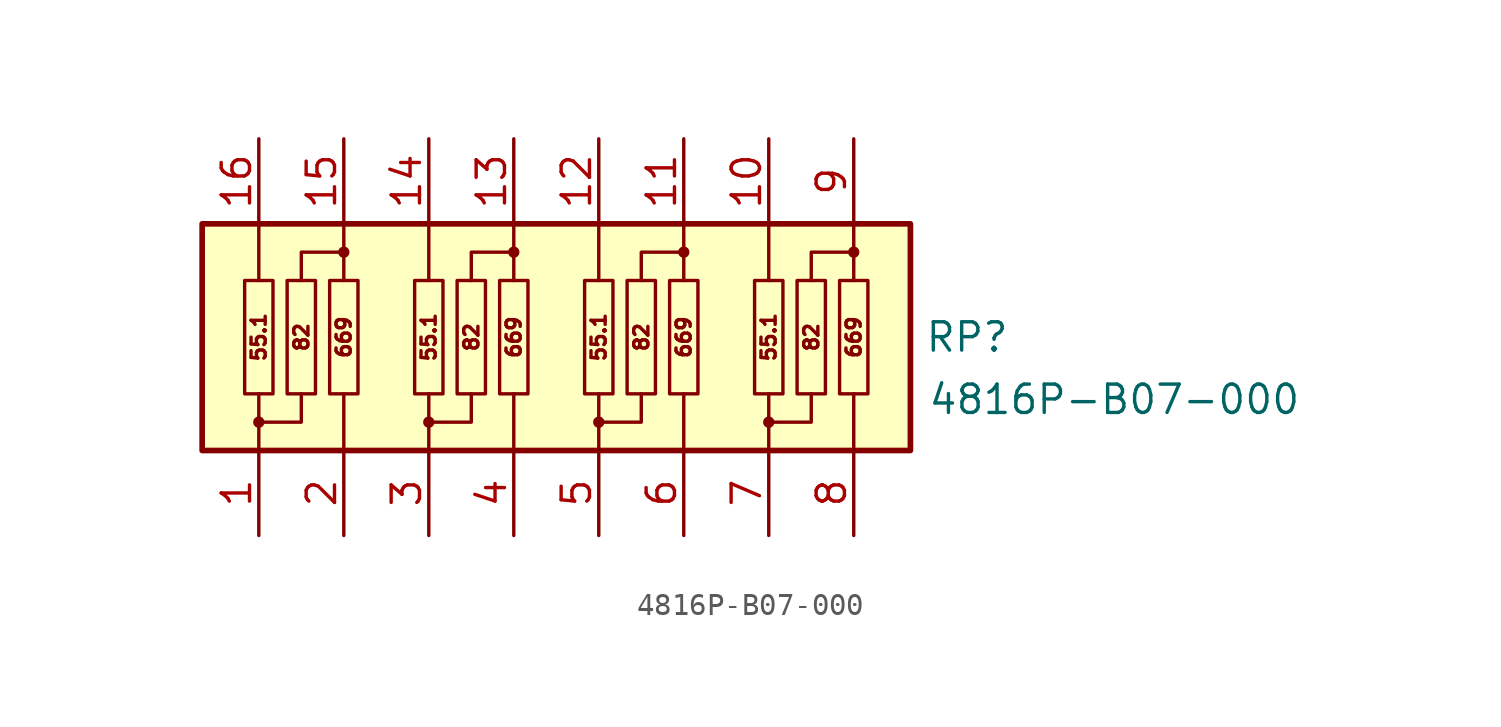
<source format=kicad_sym>
(kicad_symbol_lib
  (version 20231120)
  (generator "kicad_symbol_editor")
  (generator_version "8.0")
  (symbol "4816P-B07-000"
    (property "Reference" "RP"
      (at 19.05 0 0)
      (effects (font (size 1.27 1.27))))
    (property "Value" "4816P-B07-000"
      (at 25.654 -2.794 0)
      (effects (font (size 1.27 1.27))))
    (symbol "4816P-B07-000_0_1"
      (rectangle (start -13.335 2.54) (end -12.065 -2.54) (stroke (width 0) (type default)) (fill (type none)))
      (rectangle (start -11.43 2.54) (end -10.16 -2.54) (stroke (width 0) (type default)) (fill (type none)))
      (rectangle (start -9.525 2.54) (end -8.255 -2.54) (stroke (width 0) (type default)) (fill (type none)))
      (rectangle (start -5.715 2.54) (end -4.445 -2.54) (stroke (width 0) (type default)) (fill (type none)))
      (rectangle (start -3.81 2.54) (end -2.54 -2.54) (stroke (width 0) (type default)) (fill (type none)))
      (rectangle (start -1.905 2.54) (end -0.635 -2.54) (stroke (width 0) (type default)) (fill (type none)))
      (rectangle (start 1.905 2.54) (end 3.175 -2.54) (stroke (width 0) (type default)) (fill (type none)))
      (rectangle (start 3.81 2.54) (end 5.08 -2.54) (stroke (width 0) (type default)) (fill (type none)))
      (rectangle (start 5.715 2.54) (end 6.985 -2.54) (stroke (width 0) (type default)) (fill (type none)))
      (rectangle (start 9.525 2.54) (end 10.795 -2.54) (stroke (width 0) (type default)) (fill (type none)))
      (rectangle (start 11.43 2.54) (end 12.7 -2.54) (stroke (width 0) (type default)) (fill (type none)))
      (rectangle (start 13.335 2.54) (end 14.605 -2.54) (stroke (width 0) (type default)) (fill (type none))))
    (symbol "4816P-B07-000_1_1"
      (rectangle (start -15.24 5.08) (end 16.51 -5.08) (stroke (width 0.254) (type default)) (fill (type background)))
      (circle (center -12.7 -3.81) (radius 0.254) (stroke (width -0.0001) (type default)) (fill (type outline)))
      (circle (center -8.89 3.81) (radius 0.254) (stroke (width -0.0001) (type default)) (fill (type outline)))
      (circle (center -5.08 -3.81) (radius 0.254) (stroke (width -0.0001) (type default)) (fill (type outline)))
      (circle (center -1.27 3.81) (radius 0.254) (stroke (width -0.0001) (type default)) (fill (type outline)))
      (polyline (pts (xy -12.7 -5.08) (xy -12.7 -2.54)) (stroke (width 0) (type default)) (fill (type none)))
      (polyline (pts (xy -12.7 2.54) (xy -12.7 5.08)) (stroke (width 0) (type default)) (fill (type none)))
      (polyline (pts (xy -8.89 -5.08) (xy -8.89 -2.54)) (stroke (width 0) (type default)) (fill (type none)))
      (polyline (pts (xy -8.89 2.54) (xy -8.89 5.08)) (stroke (width 0) (type default)) (fill (type none)))
      (polyline (pts (xy -5.08 -5.08) (xy -5.08 -2.54)) (stroke (width 0) (type default)) (fill (type none)))
      (polyline (pts (xy -5.08 2.54) (xy -5.08 5.08)) (stroke (width 0) (type default)) (fill (type none)))
      (polyline (pts (xy -1.27 -5.08) (xy -1.27 -2.54)) (stroke (width 0) (type default)) (fill (type none)))
      (polyline (pts (xy -1.27 2.54) (xy -1.27 5.08)) (stroke (width 0) (type default)) (fill (type none)))
      (polyline (pts (xy 2.54 -5.08) (xy 2.54 -2.54)) (stroke (width 0) (type default)) (fill (type none)))
      (polyline (pts (xy 2.54 2.54) (xy 2.54 5.08)) (stroke (width 0) (type default)) (fill (type none)))
      (polyline (pts (xy 6.35 -5.08) (xy 6.35 -2.54)) (stroke (width 0) (type default)) (fill (type none)))
      (polyline (pts (xy 6.35 2.54) (xy 6.35 5.08)) (stroke (width 0) (type default)) (fill (type none)))
      (polyline (pts (xy 10.16 -5.08) (xy 10.16 -2.54)) (stroke (width 0) (type default)) (fill (type none)))
      (polyline (pts (xy 10.16 2.54) (xy 10.16 5.08)) (stroke (width 0) (type default)) (fill (type none)))
      (polyline (pts (xy 13.97 -5.08) (xy 13.97 -2.54)) (stroke (width 0) (type default)) (fill (type none)))
      (polyline (pts (xy 13.97 2.54) (xy 13.97 5.08)) (stroke (width 0) (type default)) (fill (type none)))
      (polyline (pts (xy -12.7 -3.81) (xy -10.795 -3.81) (xy -10.795 -2.54)) (stroke (width 0) (type default)) (fill (type none)))
      (polyline (pts (xy -8.89 3.81) (xy -10.795 3.81) (xy -10.795 2.54)) (stroke (width 0) (type default)) (fill (type none)))
      (polyline (pts (xy -5.08 -3.81) (xy -3.175 -3.81) (xy -3.175 -2.54)) (stroke (width 0) (type default)) (fill (type none)))
      (polyline (pts (xy -1.27 3.81) (xy -3.175 3.81) (xy -3.175 2.54)) (stroke (width 0) (type default)) (fill (type none)))
      (polyline (pts (xy 2.54 -3.81) (xy 4.445 -3.81) (xy 4.445 -2.54)) (stroke (width 0) (type default)) (fill (type none)))
      (polyline (pts (xy 6.35 3.81) (xy 4.445 3.81) (xy 4.445 2.54)) (stroke (width 0) (type default)) (fill (type none)))
      (polyline (pts (xy 10.16 -3.81) (xy 12.065 -3.81) (xy 12.065 -2.54)) (stroke (width 0) (type default)) (fill (type none)))
      (polyline (pts (xy 13.97 3.81) (xy 12.065 3.81) (xy 12.065 2.54)) (stroke (width 0) (type default)) (fill (type none)))
      (circle (center 2.54 -3.81) (radius 0.254) (stroke (width -0.0001) (type default)) (fill (type outline)))
      (circle (center 6.35 3.81) (radius 0.254) (stroke (width -0.0001) (type default)) (fill (type outline)))
      (circle (center 10.16 -3.81) (radius 0.254) (stroke (width -0.0001) (type default)) (fill (type outline)))
      (circle (center 13.97 3.81) (radius 0.254) (stroke (width -0.0001) (type default)) (fill (type outline)))
      (text "55.1" (at -12.7 0 900) (effects (font (size 0.635 0.635))))
      (text "55.1" (at -5.08 0 900) (effects (font (size 0.635 0.635))))
      (text "55.1" (at 2.54 0 900) (effects (font (size 0.635 0.635))))
      (text "55.1" (at 10.16 0 900) (effects (font (size 0.635 0.635))))
      (text "669" (at -8.89 0 900) (effects (font (size 0.635 0.635))))
      (text "669" (at -1.27 0 900) (effects (font (size 0.635 0.635))))
      (text "669" (at 6.35 0 900) (effects (font (size 0.635 0.635))))
      (text "669" (at 13.97 0 900) (effects (font (size 0.635 0.635))))
      (text "82" (at -10.414 0 900) (effects (font (size 0.635 0.635)) (justify bottom)))
      (text "82" (at -2.794 0 900) (effects (font (size 0.635 0.635)) (justify bottom)))
      (text "82" (at 4.826 0 900) (effects (font (size 0.635 0.635)) (justify bottom)))
      (text "82" (at 12.446 0 900) (effects (font (size 0.635 0.635)) (justify bottom)))
      (pin passive line (at -12.7 -8.89 90) (length 3.81) (name "" (effects (font (size 1.27 1.27)))) (number "1" (effects (font (size 1.27 1.27)))))
      (pin passive line (at 10.16 8.89 270) (length 3.81) (name "" (effects (font (size 1.27 1.27)))) (number "10" (effects (font (size 1.27 1.27)))))
      (pin passive line (at 6.35 8.89 270) (length 3.81) (name "" (effects (font (size 1.27 1.27)))) (number "11" (effects (font (size 1.27 1.27)))))
      (pin passive line (at 2.54 8.89 270) (length 3.81) (name "" (effects (font (size 1.27 1.27)))) (number "12" (effects (font (size 1.27 1.27)))))
      (pin passive line (at -1.27 8.89 270) (length 3.81) (name "" (effects (font (size 1.27 1.27)))) (number "13" (effects (font (size 1.27 1.27)))))
      (pin passive line (at -5.08 8.89 270) (length 3.81) (name "" (effects (font (size 1.27 1.27)))) (number "14" (effects (font (size 1.27 1.27)))))
      (pin passive line (at -8.89 8.89 270) (length 3.81) (name "" (effects (font (size 1.27 1.27)))) (number "15" (effects (font (size 1.27 1.27)))))
      (pin passive line (at -12.7 8.89 270) (length 3.81) (name "" (effects (font (size 1.27 1.27)))) (number "16" (effects (font (size 1.27 1.27)))))
      (pin passive line (at -8.89 -8.89 90) (length 3.81) (name "" (effects (font (size 1.27 1.27)))) (number "2" (effects (font (size 1.27 1.27)))))
      (pin passive line (at -5.08 -8.89 90) (length 3.81) (name "" (effects (font (size 1.27 1.27)))) (number "3" (effects (font (size 1.27 1.27)))))
      (pin passive line (at -1.27 -8.89 90) (length 3.81) (name "" (effects (font (size 1.27 1.27)))) (number "4" (effects (font (size 1.27 1.27)))))
      (pin passive line (at 2.54 -8.89 90) (length 3.81) (name "" (effects (font (size 1.27 1.27)))) (number "5" (effects (font (size 1.27 1.27)))))
      (pin passive line (at 6.35 -8.89 90) (length 3.81) (name "" (effects (font (size 1.27 1.27)))) (number "6" (effects (font (size 1.27 1.27)))))
      (pin passive line (at 10.16 -8.89 90) (length 3.81) (name "" (effects (font (size 1.27 1.27)))) (number "7" (effects (font (size 1.27 1.27)))))
      (pin passive line (at 13.97 -8.89 90) (length 3.81) (name "" (effects (font (size 1.27 1.27)))) (number "8" (effects (font (size 1.27 1.27)))))
      (pin passive line (at 13.97 8.89 270) (length 3.81) (name "" (effects (font (size 1.27 1.27)))) (number "9" (effects (font (size 1.27 1.27))))))))
</source>
